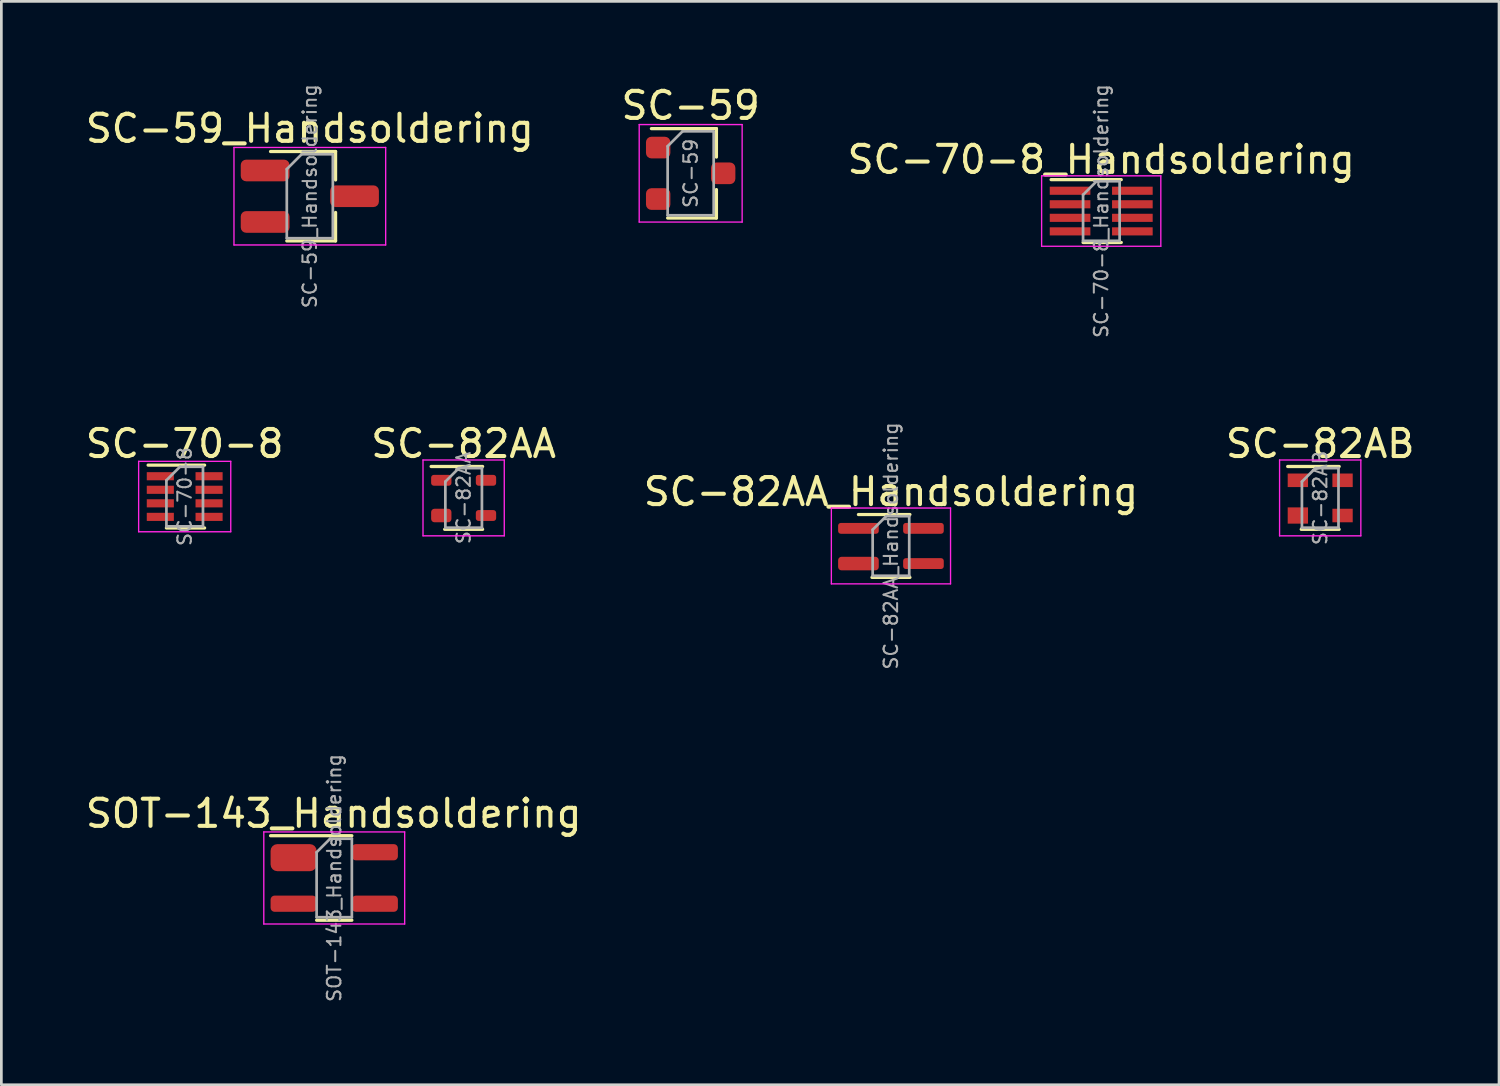
<source format=kicad_pcb>
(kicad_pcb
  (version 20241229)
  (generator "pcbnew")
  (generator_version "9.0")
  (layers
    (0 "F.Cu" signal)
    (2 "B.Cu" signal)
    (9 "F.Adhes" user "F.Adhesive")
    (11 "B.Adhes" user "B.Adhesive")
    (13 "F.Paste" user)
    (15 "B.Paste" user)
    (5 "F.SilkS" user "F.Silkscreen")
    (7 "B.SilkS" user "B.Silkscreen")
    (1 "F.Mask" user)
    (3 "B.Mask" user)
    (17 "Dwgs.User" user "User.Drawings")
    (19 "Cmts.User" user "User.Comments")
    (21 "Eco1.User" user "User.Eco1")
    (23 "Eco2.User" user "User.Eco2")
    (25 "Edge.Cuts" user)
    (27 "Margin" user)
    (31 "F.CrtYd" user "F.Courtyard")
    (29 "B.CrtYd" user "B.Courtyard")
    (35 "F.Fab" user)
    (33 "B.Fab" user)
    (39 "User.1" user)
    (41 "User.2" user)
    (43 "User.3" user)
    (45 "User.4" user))
  (footprint "SC-82AA_Handsoldering"
    (layer "F.Cu")
    (at 29.839 17.104)
    (property "Reference" "SC-82AA_Handsoldering" (at 0 -2 0) (layer "F.SilkS") (effects (font (size 1 1) (thickness 0.15))))
    (attr smd)
    (fp_line (start -0.7 1.16) (end 0.7 1.16) (stroke (width 0.12) (type solid)) (layer "F.SilkS"))
    (fp_line (start 0.7 -1.16) (end -1.2 -1.16) (stroke (width 0.12) (type solid)) (layer "F.SilkS"))
    (fp_line (start -2.2 -1.4) (end -2.2 1.4) (stroke (width 0.05) (type solid)) (layer "F.CrtYd"))
    (fp_line (start -2.2 -1.4) (end 2.2 -1.4) (stroke (width 0.05) (type solid)) (layer "F.CrtYd"))
    (fp_line (start -2.2 1.4) (end 2.2 1.4) (stroke (width 0.05) (type solid)) (layer "F.CrtYd"))
    (fp_line (start 2.2 1.4) (end 2.2 -1.4) (stroke (width 0.05) (type solid)) (layer "F.CrtYd"))
    (fp_line (start -0.675 -0.6) (end -0.675 1.1) (stroke (width 0.1) (type solid)) (layer "F.Fab"))
    (fp_line (start -0.175 -1.1) (end -0.675 -0.6) (stroke (width 0.1) (type solid)) (layer "F.Fab"))
    (fp_line (start 0.675 -1.1) (end -0.175 -1.1) (stroke (width 0.1) (type solid)) (layer "F.Fab"))
    (fp_line (start 0.675 -1.1) (end 0.675 1.1) (stroke (width 0.1) (type solid)) (layer "F.Fab"))
    (fp_line (start 0.675 1.1) (end -0.675 1.1) (stroke (width 0.1) (type solid)) (layer "F.Fab"))
    (fp_text user "${REFERENCE}" (at 0 0 90) (layer "F.Fab") (effects (font (size 0.5 0.5) (thickness 0.075))))
    (pad "1" smd roundrect (at -1.2 -0.65) (size 1.5 0.4) (layers "F.Cu" "F.Mask" "F.Paste") (roundrect_rratio 0.25))
    (pad "2" smd roundrect (at -1.2 0.65) (size 1.5 0.5) (layers "F.Cu" "F.Mask" "F.Paste") (roundrect_rratio 0.25))
    (pad "3" smd roundrect (at 1.2 0.65) (size 1.5 0.4) (layers "F.Cu" "F.Mask" "F.Paste") (roundrect_rratio 0.25))
    (pad "4" smd roundrect (at 1.2 -0.65) (size 1.5 0.4) (layers "F.Cu" "F.Mask" "F.Paste") (roundrect_rratio 0.25)))
  (footprint "SC-59_Handsoldering"
    (layer "F.Cu")
    (at 8.387 4.193)
    (property "Reference" "SC-59_Handsoldering" (at 0 -2.5 0) (layer "F.SilkS") (effects (font (size 1 1) (thickness 0.15))))
    (attr smd)
    (fp_line (start -1.45 -1.65) (end 0.95 -1.65) (stroke (width 0.12) (type solid)) (layer "F.SilkS"))
    (fp_line (start -0.85 1.65) (end 0.95 1.65) (stroke (width 0.12) (type solid)) (layer "F.SilkS"))
    (fp_line (start 0.95 -1.65) (end 0.95 -0.6) (stroke (width 0.12) (type solid)) (layer "F.SilkS"))
    (fp_line (start 0.95 1.65) (end 0.95 0.6) (stroke (width 0.12) (type solid)) (layer "F.SilkS"))
    (fp_line (start -2.8 -1.8) (end -2.8 1.8) (stroke (width 0.05) (type solid)) (layer "F.CrtYd"))
    (fp_line (start -2.8 -1.8) (end 2.8 -1.8) (stroke (width 0.05) (type solid)) (layer "F.CrtYd"))
    (fp_line (start 2.8 1.8) (end -2.8 1.8) (stroke (width 0.05) (type solid)) (layer "F.CrtYd"))
    (fp_line (start 2.8 1.8) (end 2.8 -1.8) (stroke (width 0.05) (type solid)) (layer "F.CrtYd"))
    (fp_line (start -0.85 1.55) (end -0.85 -1) (stroke (width 0.1) (type solid)) (layer "F.Fab"))
    (fp_line (start -0.85 1.55) (end 0.85 1.55) (stroke (width 0.1) (type solid)) (layer "F.Fab"))
    (fp_line (start -0.3 -1.55) (end -0.85 -1) (stroke (width 0.1) (type solid)) (layer "F.Fab"))
    (fp_line (start -0.3 -1.55) (end 0.85 -1.55) (stroke (width 0.1) (type solid)) (layer "F.Fab"))
    (fp_line (start 0.85 -1.52) (end 0.85 1.52) (stroke (width 0.1) (type solid)) (layer "F.Fab"))
    (fp_text user "${REFERENCE}" (at 0 0 90) (layer "F.Fab") (effects (font (size 0.5 0.5) (thickness 0.075))))
    (pad "1" smd roundrect (at -1.65 -0.95) (size 1.8 0.8) (layers "F.Cu" "F.Mask" "F.Paste") (roundrect_rratio 0.25))
    (pad "2" smd roundrect (at -1.65 0.95) (size 1.8 0.8) (layers "F.Cu" "F.Mask" "F.Paste") (roundrect_rratio 0.25))
    (pad "3" smd roundrect (at 1.65 0) (size 1.8 0.8) (layers "F.Cu" "F.Mask" "F.Paste") (roundrect_rratio 0.25)))
  (footprint "SOT-143_Handsoldering"
    (layer "F.Cu")
    (at 9.288 29.36)
    (property "Reference" "SOT-143_Handsoldering" (at -0.02 -2.38 0) (layer "F.SilkS") (effects (font (size 1 1) (thickness 0.15))))
    (attr smd)
    (fp_line (start -0.65 1.56) (end 0.65 1.56) (stroke (width 0.12) (type solid)) (layer "F.SilkS"))
    (fp_line (start 0.65 -1.56) (end -2.35 -1.56) (stroke (width 0.12) (type solid)) (layer "F.SilkS"))
    (fp_line (start -2.6 1.7) (end -2.6 -1.7) (stroke (width 0.05) (type solid)) (layer "F.CrtYd"))
    (fp_line (start -2.6 1.7) (end 2.6 1.7) (stroke (width 0.05) (type solid)) (layer "F.CrtYd"))
    (fp_line (start 2.6 -1.7) (end -2.6 -1.7) (stroke (width 0.05) (type solid)) (layer "F.CrtYd"))
    (fp_line (start 2.6 -1.7) (end 2.6 1.7) (stroke (width 0.05) (type solid)) (layer "F.CrtYd"))
    (fp_line (start -0.65 -0.95) (end -0.15 -1.45) (stroke (width 0.1) (type solid)) (layer "F.Fab"))
    (fp_line (start -0.65 1.45) (end -0.65 -0.95) (stroke (width 0.1) (type solid)) (layer "F.Fab"))
    (fp_line (start -0.15 -1.45) (end 0.65 -1.45) (stroke (width 0.1) (type solid)) (layer "F.Fab"))
    (fp_line (start 0.65 -1.45) (end 0.65 1.45) (stroke (width 0.1) (type solid)) (layer "F.Fab"))
    (fp_line (start 0.65 1.45) (end -0.65 1.45) (stroke (width 0.1) (type solid)) (layer "F.Fab"))
    (fp_text user "${REFERENCE}" (at 0 0 90) (layer "F.Fab") (effects (font (size 0.5 0.5) (thickness 0.075))))
    (pad "1" smd roundrect (at -1.5 -0.75) (size 1.7 1) (layers "F.Cu" "F.Mask" "F.Paste") (roundrect_rratio 0.25))
    (pad "2" smd roundrect (at -1.5 0.95) (size 1.7 0.6) (layers "F.Cu" "F.Mask" "F.Paste") (roundrect_rratio 0.25))
    (pad "3" smd roundrect (at 1.5 0.95) (size 1.7 0.6) (layers "F.Cu" "F.Mask" "F.Paste") (roundrect_rratio 0.25))
    (pad "4" smd roundrect (at 1.5 -0.95) (size 1.7 0.6) (layers "F.Cu" "F.Mask" "F.Paste") (roundrect_rratio 0.25)))
  (footprint "SC-70-8_Handsoldering"
    (layer "F.Cu")
    (at 37.601 4.741)
    (property "Reference" "SC-70-8_Handsoldering" (at 0 -1.9 0) (layer "F.SilkS") (effects (font (size 1 1) (thickness 0.15))))
    (attr smd)
    (fp_line (start -0.67 1.16) (end 0.74 1.16) (stroke (width 0.12) (type solid)) (layer "F.SilkS"))
    (fp_line (start 0.74 -1.16) (end -1.85 -1.16) (stroke (width 0.12) (type solid)) (layer "F.SilkS"))
    (fp_line (start -2.2 -1.3) (end 2.2 -1.3) (stroke (width 0.05) (type solid)) (layer "F.CrtYd"))
    (fp_line (start -2.2 1.3) (end -2.2 -1.3) (stroke (width 0.05) (type solid)) (layer "F.CrtYd"))
    (fp_line (start 2.2 -1.3) (end 2.2 1.3) (stroke (width 0.05) (type solid)) (layer "F.CrtYd"))
    (fp_line (start 2.2 1.3) (end -2.2 1.3) (stroke (width 0.05) (type solid)) (layer "F.CrtYd"))
    (fp_line (start -0.67 -0.6) (end -0.67 1.1) (stroke (width 0.1) (type solid)) (layer "F.Fab"))
    (fp_line (start -0.17 -1.1) (end -0.67 -0.6) (stroke (width 0.1) (type solid)) (layer "F.Fab"))
    (fp_line (start 0.68 -1.1) (end -0.17 -1.1) (stroke (width 0.1) (type solid)) (layer "F.Fab"))
    (fp_line (start 0.68 -1.1) (end 0.68 1.1) (stroke (width 0.1) (type solid)) (layer "F.Fab"))
    (fp_line (start 0.68 1.1) (end -0.67 1.1) (stroke (width 0.1) (type solid)) (layer "F.Fab"))
    (fp_text user "${REFERENCE}" (at 0 0 90) (layer "F.Fab") (effects (font (size 0.5 0.5) (thickness 0.075))))
    (pad "1" smd rect (at -1.15 -0.75 270) (size 0.3 1.5) (layers "F.Cu" "F.Mask" "F.Paste"))
    (pad "2" smd rect (at -1.15 -0.25 270) (size 0.3 1.5) (layers "F.Cu" "F.Mask" "F.Paste"))
    (pad "3" smd rect (at -1.15 0.25 270) (size 0.3 1.5) (layers "F.Cu" "F.Mask" "F.Paste"))
    (pad "4" smd rect (at -1.15 0.75 270) (size 0.3 1.5) (layers "F.Cu" "F.Mask" "F.Paste"))
    (pad "5" smd rect (at 1.15 0.75 270) (size 0.3 1.5) (layers "F.Cu" "F.Mask" "F.Paste"))
    (pad "6" smd rect (at 1.15 0.25 270) (size 0.3 1.5) (layers "F.Cu" "F.Mask" "F.Paste"))
    (pad "7" smd rect (at 1.15 -0.25 270) (size 0.3 1.5) (layers "F.Cu" "F.Mask" "F.Paste"))
    (pad "8" smd rect (at 1.15 -0.75 270) (size 0.3 1.5) (layers "F.Cu" "F.Mask" "F.Paste")))
  (footprint "SC-82AB"
    (layer "F.Cu")
    (at 45.685 15.33)
    (property "Reference" "SC-82AB" (at 0 -2 0) (layer "F.SilkS") (effects (font (size 1 1) (thickness 0.15))))
    (attr smd)
    (fp_line (start -0.7 1.16) (end 0.7 1.16) (stroke (width 0.12) (type solid)) (layer "F.SilkS"))
    (fp_line (start 0.7 -1.16) (end -1.2 -1.16) (stroke (width 0.12) (type solid)) (layer "F.SilkS"))
    (fp_line (start -1.5 -1.4) (end -1.5 1.4) (stroke (width 0.05) (type solid)) (layer "F.CrtYd"))
    (fp_line (start -1.5 -1.4) (end 1.5 -1.4) (stroke (width 0.05) (type solid)) (layer "F.CrtYd"))
    (fp_line (start -1.5 1.4) (end 1.5 1.4) (stroke (width 0.05) (type solid)) (layer "F.CrtYd"))
    (fp_line (start 1.5 1.4) (end 1.5 -1.4) (stroke (width 0.05) (type solid)) (layer "F.CrtYd"))
    (fp_line (start -0.675 -0.6) (end -0.675 1.1) (stroke (width 0.1) (type solid)) (layer "F.Fab"))
    (fp_line (start -0.175 -1.1) (end -0.675 -0.6) (stroke (width 0.1) (type solid)) (layer "F.Fab"))
    (fp_line (start 0.675 -1.1) (end -0.175 -1.1) (stroke (width 0.1) (type solid)) (layer "F.Fab"))
    (fp_line (start 0.675 -1.1) (end 0.675 1.1) (stroke (width 0.1) (type solid)) (layer "F.Fab"))
    (fp_line (start 0.675 1.1) (end -0.675 1.1) (stroke (width 0.1) (type solid)) (layer "F.Fab"))
    (fp_text user "${REFERENCE}" (at 0 0 90) (layer "F.Fab") (effects (font (size 0.5 0.5) (thickness 0.075))))
    (pad "1" smd rect (at -0.825 -0.65) (size 0.75 0.5) (layers "F.Cu" "F.Mask" "F.Paste"))
    (pad "2" smd rect (at -0.825 0.65) (size 0.75 0.6) (layers "F.Cu" "F.Mask" "F.Paste"))
    (pad "3" smd rect (at 0.825 0.65) (size 0.75 0.5) (layers "F.Cu" "F.Mask" "F.Paste"))
    (pad "4" smd rect (at 0.825 -0.65) (size 0.75 0.5) (layers "F.Cu" "F.Mask" "F.Paste")))
  (footprint "SC-70-8"
    (layer "F.Cu")
    (at 3.768 15.28)
    (property "Reference" "SC-70-8" (at 0 -1.95 0) (layer "F.SilkS") (effects (font (size 1 1) (thickness 0.15))))
    (attr smd)
    (fp_line (start -0.675 1.16) (end 0.735 1.16) (stroke (width 0.12) (type solid)) (layer "F.SilkS"))
    (fp_line (start 0.735 -1.16) (end -1.35 -1.16) (stroke (width 0.12) (type solid)) (layer "F.SilkS"))
    (fp_line (start -1.7 -1.3) (end 1.7 -1.3) (stroke (width 0.05) (type solid)) (layer "F.CrtYd"))
    (fp_line (start -1.7 1.3) (end -1.7 -1.3) (stroke (width 0.05) (type solid)) (layer "F.CrtYd"))
    (fp_line (start 1.7 -1.3) (end 1.7 1.3) (stroke (width 0.05) (type solid)) (layer "F.CrtYd"))
    (fp_line (start 1.7 1.3) (end -1.7 1.3) (stroke (width 0.05) (type solid)) (layer "F.CrtYd"))
    (fp_line (start -0.675 -0.6) (end -0.675 1.1) (stroke (width 0.1) (type solid)) (layer "F.Fab"))
    (fp_line (start -0.175 -1.1) (end -0.675 -0.6) (stroke (width 0.1) (type solid)) (layer "F.Fab"))
    (fp_line (start 0.675 -1.1) (end -0.175 -1.1) (stroke (width 0.1) (type solid)) (layer "F.Fab"))
    (fp_line (start 0.675 -1.1) (end 0.675 1.1) (stroke (width 0.1) (type solid)) (layer "F.Fab"))
    (fp_line (start 0.675 1.1) (end -0.675 1.1) (stroke (width 0.1) (type solid)) (layer "F.Fab"))
    (fp_text user "${REFERENCE}" (at 0 0 90) (layer "F.Fab") (effects (font (size 0.5 0.5) (thickness 0.075))))
    (pad "1" smd rect (at -0.9 -0.75 270) (size 0.3 1) (layers "F.Cu" "F.Mask" "F.Paste"))
    (pad "2" smd rect (at -0.9 -0.25 270) (size 0.3 1) (layers "F.Cu" "F.Mask" "F.Paste"))
    (pad "3" smd rect (at -0.9 0.25 270) (size 0.3 1) (layers "F.Cu" "F.Mask" "F.Paste"))
    (pad "4" smd rect (at -0.9 0.75 270) (size 0.3 1) (layers "F.Cu" "F.Mask" "F.Paste"))
    (pad "5" smd rect (at 0.9 0.75 270) (size 0.3 1) (layers "F.Cu" "F.Mask" "F.Paste"))
    (pad "6" smd rect (at 0.9 0.25 270) (size 0.3 1) (layers "F.Cu" "F.Mask" "F.Paste"))
    (pad "7" smd rect (at 0.9 -0.25 270) (size 0.3 1) (layers "F.Cu" "F.Mask" "F.Paste"))
    (pad "8" smd rect (at 0.9 -0.75 270) (size 0.3 1) (layers "F.Cu" "F.Mask" "F.Paste")))
  (footprint "SC-59"
    (layer "F.Cu")
    (at 22.446 3.348)
    (property "Reference" "SC-59" (at 0 -2.5 0) (layer "F.SilkS") (effects (font (size 1 1) (thickness 0.15))))
    (attr smd)
    (fp_line (start -1.45 -1.65) (end 0.95 -1.65) (stroke (width 0.12) (type solid)) (layer "F.SilkS"))
    (fp_line (start -0.85 1.65) (end 0.95 1.65) (stroke (width 0.12) (type solid)) (layer "F.SilkS"))
    (fp_line (start 0.95 -1.65) (end 0.95 -0.6) (stroke (width 0.12) (type solid)) (layer "F.SilkS"))
    (fp_line (start 0.95 1.65) (end 0.95 0.6) (stroke (width 0.12) (type solid)) (layer "F.SilkS"))
    (fp_line (start -1.9 -1.8) (end -1.9 1.8) (stroke (width 0.05) (type solid)) (layer "F.CrtYd"))
    (fp_line (start -1.9 -1.8) (end 1.9 -1.8) (stroke (width 0.05) (type solid)) (layer "F.CrtYd"))
    (fp_line (start 1.9 1.8) (end -1.9 1.8) (stroke (width 0.05) (type solid)) (layer "F.CrtYd"))
    (fp_line (start 1.9 1.8) (end 1.9 -1.8) (stroke (width 0.05) (type solid)) (layer "F.CrtYd"))
    (fp_line (start -0.85 1.55) (end -0.85 -1) (stroke (width 0.1) (type solid)) (layer "F.Fab"))
    (fp_line (start -0.85 1.55) (end 0.85 1.55) (stroke (width 0.1) (type solid)) (layer "F.Fab"))
    (fp_line (start -0.3 -1.55) (end -0.85 -1) (stroke (width 0.1) (type solid)) (layer "F.Fab"))
    (fp_line (start -0.3 -1.55) (end 0.85 -1.55) (stroke (width 0.1) (type solid)) (layer "F.Fab"))
    (fp_line (start 0.85 -1.52) (end 0.85 1.52) (stroke (width 0.1) (type solid)) (layer "F.Fab"))
    (fp_text user "${REFERENCE}" (at 0 0 90) (layer "F.Fab") (effects (font (size 0.5 0.5) (thickness 0.075))))
    (pad "1" smd roundrect (at -1.2 -0.95) (size 0.9 0.8) (layers "F.Cu" "F.Mask" "F.Paste") (roundrect_rratio 0.25))
    (pad "2" smd roundrect (at -1.2 0.95) (size 0.9 0.8) (layers "F.Cu" "F.Mask" "F.Paste") (roundrect_rratio 0.25))
    (pad "3" smd roundrect (at 1.2 0) (size 0.9 0.8) (layers "F.Cu" "F.Mask" "F.Paste") (roundrect_rratio 0.25)))
  (footprint "SC-82AA"
    (layer "F.Cu")
    (at 14.065 15.33)
    (property "Reference" "SC-82AA" (at 0 -2 0) (layer "F.SilkS") (effects (font (size 1 1) (thickness 0.15))))
    (attr smd)
    (fp_line (start -0.7 1.16) (end 0.7 1.16) (stroke (width 0.12) (type solid)) (layer "F.SilkS"))
    (fp_line (start 0.7 -1.16) (end -1.2 -1.16) (stroke (width 0.12) (type solid)) (layer "F.SilkS"))
    (fp_line (start -1.5 -1.4) (end -1.5 1.4) (stroke (width 0.05) (type solid)) (layer "F.CrtYd"))
    (fp_line (start -1.5 -1.4) (end 1.5 -1.4) (stroke (width 0.05) (type solid)) (layer "F.CrtYd"))
    (fp_line (start -1.5 1.4) (end 1.5 1.4) (stroke (width 0.05) (type solid)) (layer "F.CrtYd"))
    (fp_line (start 1.5 1.4) (end 1.5 -1.4) (stroke (width 0.05) (type solid)) (layer "F.CrtYd"))
    (fp_line (start -0.675 -0.6) (end -0.675 1.1) (stroke (width 0.1) (type solid)) (layer "F.Fab"))
    (fp_line (start -0.175 -1.1) (end -0.675 -0.6) (stroke (width 0.1) (type solid)) (layer "F.Fab"))
    (fp_line (start 0.675 -1.1) (end -0.175 -1.1) (stroke (width 0.1) (type solid)) (layer "F.Fab"))
    (fp_line (start 0.675 -1.1) (end 0.675 1.1) (stroke (width 0.1) (type solid)) (layer "F.Fab"))
    (fp_line (start 0.675 1.1) (end -0.675 1.1) (stroke (width 0.1) (type solid)) (layer "F.Fab"))
    (fp_text user "${REFERENCE}" (at 0 0 90) (layer "F.Fab") (effects (font (size 0.5 0.5) (thickness 0.075))))
    (pad "1" smd roundrect (at -0.825 -0.65) (size 0.75 0.4) (layers "F.Cu" "F.Mask" "F.Paste") (roundrect_rratio 0.25))
    (pad "2" smd roundrect (at -0.825 0.65) (size 0.75 0.5) (layers "F.Cu" "F.Mask" "F.Paste") (roundrect_rratio 0.25))
    (pad "3" smd roundrect (at 0.825 0.65) (size 0.75 0.4) (layers "F.Cu" "F.Mask" "F.Paste") (roundrect_rratio 0.25))
    (pad "4" smd roundrect (at 0.825 -0.65) (size 0.75 0.4) (layers "F.Cu" "F.Mask" "F.Paste") (roundrect_rratio 0.25)))
  (gr_rect
    (start -3 -3)
    (end 52.286 36.994)
    (stroke (width 0.1) (type default))
    (fill no)
    (layer "Edge.Cuts")))
</source>
